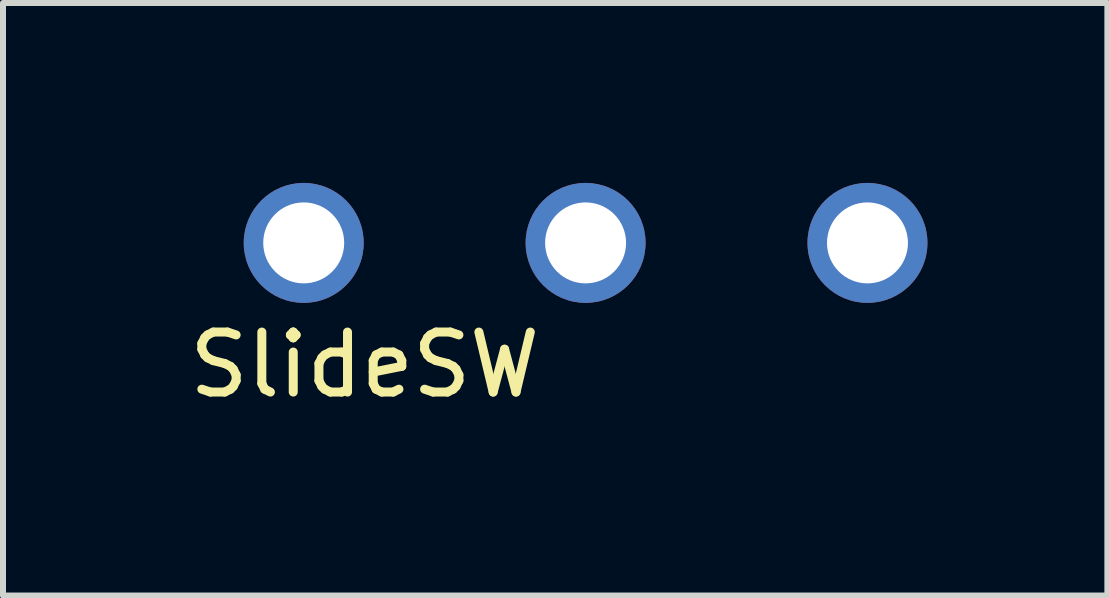
<source format=kicad_pcb>
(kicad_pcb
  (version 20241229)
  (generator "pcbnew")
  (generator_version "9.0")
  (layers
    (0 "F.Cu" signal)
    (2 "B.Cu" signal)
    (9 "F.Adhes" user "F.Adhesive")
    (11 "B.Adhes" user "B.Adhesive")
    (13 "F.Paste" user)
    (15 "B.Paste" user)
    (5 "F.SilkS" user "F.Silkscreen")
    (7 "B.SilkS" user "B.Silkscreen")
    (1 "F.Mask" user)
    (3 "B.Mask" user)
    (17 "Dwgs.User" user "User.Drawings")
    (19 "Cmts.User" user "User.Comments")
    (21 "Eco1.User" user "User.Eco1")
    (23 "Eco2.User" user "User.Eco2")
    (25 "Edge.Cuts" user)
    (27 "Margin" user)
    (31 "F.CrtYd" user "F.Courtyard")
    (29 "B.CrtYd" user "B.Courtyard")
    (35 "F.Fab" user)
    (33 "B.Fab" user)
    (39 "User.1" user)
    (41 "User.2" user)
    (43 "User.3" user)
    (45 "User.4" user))
  (footprint "SlideSW"
    (layer "F.Cu")
    (at 2.014 1)
    (property "Reference" "SlideSW" (at 1.016 2.032 0) (layer "F.SilkS") (effects (font (size 1 1) (thickness 0.15))))
    (attr through_hole)
    (pad "1" thru_hole circle (at 0 0) (size 2 2) (drill 1.35) (layers "*.Cu" "*.Mask"))
    (pad "2" thru_hole circle (at 4.7 0) (size 2 2) (drill 1.35) (layers "*.Cu" "*.Mask"))
    (pad "3" thru_hole circle (at 9.4 0) (size 2 2) (drill 1.35) (layers "*.Cu" "*.Mask")))
  (gr_rect
    (start -3 -3)
    (end 15.414 6.88)
    (stroke (width 0.1) (type default))
    (fill no)
    (layer "Edge.Cuts")))
</source>
